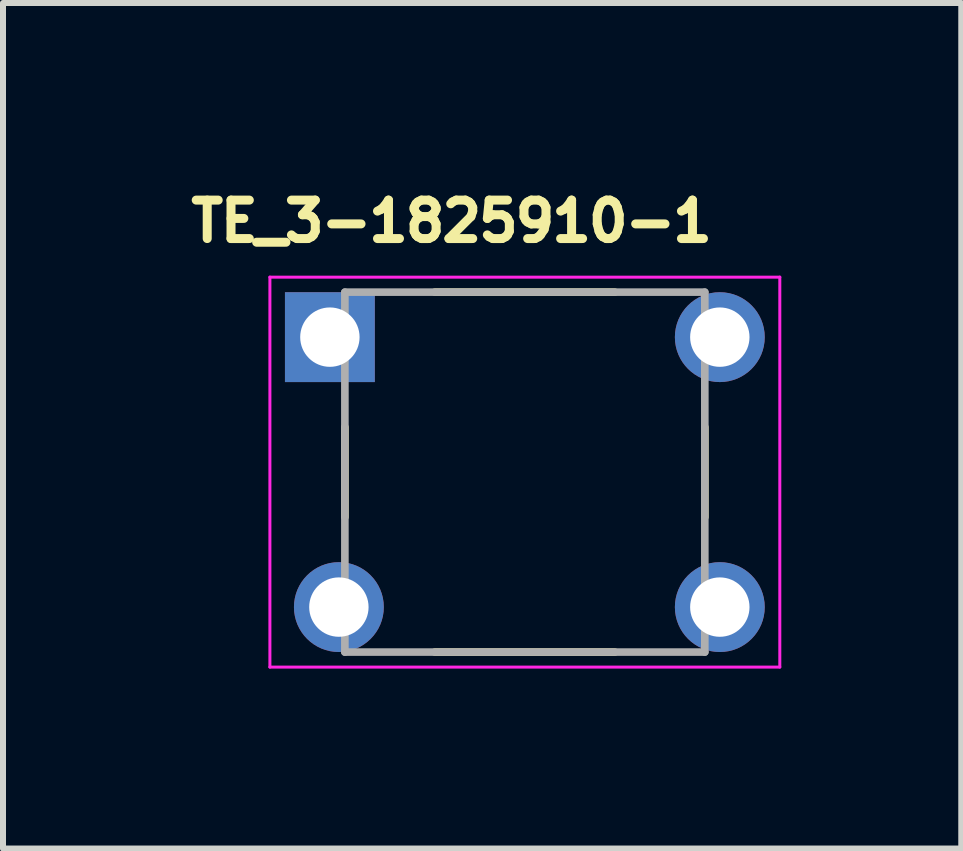
<source format=kicad_pcb>
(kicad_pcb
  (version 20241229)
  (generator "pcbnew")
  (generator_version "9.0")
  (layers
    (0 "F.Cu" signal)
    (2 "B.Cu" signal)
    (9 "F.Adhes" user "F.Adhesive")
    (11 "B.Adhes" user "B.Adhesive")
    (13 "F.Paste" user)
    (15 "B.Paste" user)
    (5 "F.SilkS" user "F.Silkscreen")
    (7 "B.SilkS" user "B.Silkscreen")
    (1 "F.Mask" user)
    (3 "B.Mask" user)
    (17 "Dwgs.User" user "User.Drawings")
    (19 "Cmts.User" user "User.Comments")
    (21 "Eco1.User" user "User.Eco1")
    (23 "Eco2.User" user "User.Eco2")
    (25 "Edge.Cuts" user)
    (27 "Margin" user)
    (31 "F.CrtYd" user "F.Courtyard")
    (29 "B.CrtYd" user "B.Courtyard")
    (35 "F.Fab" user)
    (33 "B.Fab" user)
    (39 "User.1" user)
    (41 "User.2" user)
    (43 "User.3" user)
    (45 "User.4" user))
  (footprint "TE_3-1825910-1"
    (layer "F.Cu")
    (at 5.699 4.82)
    (property "Reference" "TE_3-1825910-1" (at -1.22 -4.182 0) (layer "F.SilkS") (effects (font (size 0.641 0.641) (thickness 0.15))))
    (attr through_hole)
    (fp_line (start -3 0.75) (end -3 -0.75) (stroke (width 0.127) (type solid)) (layer "F.SilkS"))
    (fp_line (start -1.5 -3) (end 1.5 -3) (stroke (width 0.127) (type solid)) (layer "F.SilkS"))
    (fp_line (start -1.5 3) (end 1.5 3) (stroke (width 0.127) (type solid)) (layer "F.SilkS"))
    (fp_line (start 3 -0.75) (end 3 0.75) (stroke (width 0.127) (type solid)) (layer "F.SilkS"))
    (fp_line (start -4.25 -3.25) (end 4.25 -3.25) (stroke (width 0.05) (type solid)) (layer "F.CrtYd"))
    (fp_line (start -4.25 3.25) (end -4.25 -3.25) (stroke (width 0.05) (type solid)) (layer "F.CrtYd"))
    (fp_line (start 4.25 -3.25) (end 4.25 3.25) (stroke (width 0.05) (type solid)) (layer "F.CrtYd"))
    (fp_line (start 4.25 3.25) (end -4.25 3.25) (stroke (width 0.05) (type solid)) (layer "F.CrtYd"))
    (fp_line (start -3 -3) (end 3 -3) (stroke (width 0.127) (type solid)) (layer "F.Fab"))
    (fp_line (start -3 3) (end -3 -3) (stroke (width 0.127) (type solid)) (layer "F.Fab"))
    (fp_line (start 3 -3) (end 3 3) (stroke (width 0.127) (type solid)) (layer "F.Fab"))
    (fp_line (start 3 3) (end -3 3) (stroke (width 0.127) (type solid)) (layer "F.Fab"))
    (pad "1" thru_hole rect (at -3.25 -2.25) (size 1.498 1.498) (drill 0.99) (layers "*.Cu" "*.Mask"))
    (pad "2" thru_hole circle (at 3.25 -2.25) (size 1.498 1.498) (drill 0.99) (layers "*.Cu" "*.Mask"))
    (pad "3" thru_hole circle (at -3.1 2.25) (size 1.498 1.498) (drill 0.99) (layers "*.Cu" "*.Mask"))
    (pad "4" thru_hole circle (at 3.25 2.25) (size 1.498 1.498) (drill 0.99) (layers "*.Cu" "*.Mask")))
  (gr_rect
    (start -3 -3)
    (end 12.974 11.095)
    (stroke (width 0.1) (type default))
    (fill no)
    (layer "Edge.Cuts")))
</source>
